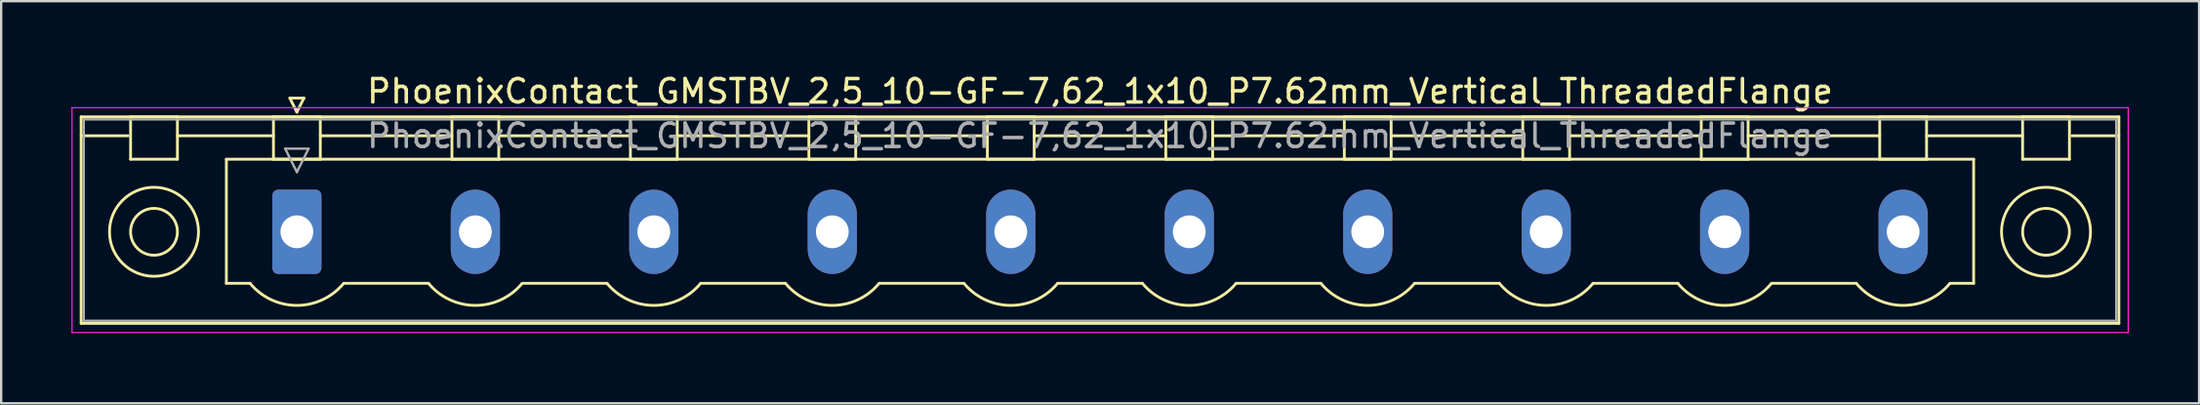
<source format=kicad_pcb>
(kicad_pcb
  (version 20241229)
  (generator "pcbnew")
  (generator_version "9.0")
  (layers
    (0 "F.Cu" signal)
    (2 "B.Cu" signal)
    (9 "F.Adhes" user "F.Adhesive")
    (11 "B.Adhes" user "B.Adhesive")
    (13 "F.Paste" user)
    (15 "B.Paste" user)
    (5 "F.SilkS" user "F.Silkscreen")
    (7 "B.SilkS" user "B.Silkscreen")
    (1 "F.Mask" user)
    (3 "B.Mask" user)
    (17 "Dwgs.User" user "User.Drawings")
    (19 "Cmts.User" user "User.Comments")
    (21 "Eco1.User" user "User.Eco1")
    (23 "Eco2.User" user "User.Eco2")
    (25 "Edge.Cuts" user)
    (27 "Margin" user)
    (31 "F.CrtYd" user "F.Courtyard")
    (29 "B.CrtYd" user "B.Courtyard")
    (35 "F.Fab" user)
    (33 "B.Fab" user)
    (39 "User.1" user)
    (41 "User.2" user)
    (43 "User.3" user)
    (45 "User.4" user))
  (footprint "PhoenixContact_GMSTBV_2,5_10-GF-7,62_1x10_P7.62mm_Vertical_ThreadedFlange"
    (layer "F.Cu")
    (at 9.625 6.848)
    (property "Reference" "PhoenixContact_GMSTBV_2,5_10-GF-7,62_1x10_P7.62mm_Vertical_ThreadedFlange" (at 34.29 -6 0) (layer "F.SilkS") (effects (font (size 1 1) (thickness 0.15))))
    (attr through_hole)
    (fp_line (start -9.21 -4.91) (end -9.21 3.91) (stroke (width 0.12) (type solid)) (layer "F.SilkS"))
    (fp_line (start -9.21 -4.1) (end -7.21 -4.1) (stroke (width 0.12) (type solid)) (layer "F.SilkS"))
    (fp_line (start -9.21 3.91) (end 77.79 3.91) (stroke (width 0.12) (type solid)) (layer "F.SilkS"))
    (fp_line (start -7.1 -4.91) (end -5.1 -4.91) (stroke (width 0.12) (type solid)) (layer "F.SilkS"))
    (fp_line (start -7.1 -3.1) (end -7.1 -4.91) (stroke (width 0.12) (type solid)) (layer "F.SilkS"))
    (fp_line (start -5.1 -4.91) (end -5.1 -3.1) (stroke (width 0.12) (type solid)) (layer "F.SilkS"))
    (fp_line (start -5.1 -4.1) (end -1 -4.1) (stroke (width 0.12) (type solid)) (layer "F.SilkS"))
    (fp_line (start -5.1 -3.1) (end -7.1 -3.1) (stroke (width 0.12) (type solid)) (layer "F.SilkS"))
    (fp_line (start -3.01 -3.1) (end 71.59 -3.1) (stroke (width 0.12) (type solid)) (layer "F.SilkS"))
    (fp_line (start -3.01 2.2) (end -3.01 -3.1) (stroke (width 0.12) (type solid)) (layer "F.SilkS"))
    (fp_line (start -2 2.2) (end -3.01 2.2) (stroke (width 0.12) (type solid)) (layer "F.SilkS"))
    (fp_line (start -1 -4.91) (end 1 -4.91) (stroke (width 0.12) (type solid)) (layer "F.SilkS"))
    (fp_line (start -1 -3.1) (end -1 -4.91) (stroke (width 0.12) (type solid)) (layer "F.SilkS"))
    (fp_line (start -0.3 -5.71) (end 0.3 -5.71) (stroke (width 0.12) (type solid)) (layer "F.SilkS"))
    (fp_line (start 0 -5.11) (end -0.3 -5.71) (stroke (width 0.12) (type solid)) (layer "F.SilkS"))
    (fp_line (start 0.3 -5.71) (end 0 -5.11) (stroke (width 0.12) (type solid)) (layer "F.SilkS"))
    (fp_line (start 1 -4.91) (end 1 -3.1) (stroke (width 0.12) (type solid)) (layer "F.SilkS"))
    (fp_line (start 1 -4.1) (end 6.62 -4.1) (stroke (width 0.12) (type solid)) (layer "F.SilkS"))
    (fp_line (start 1 -3.1) (end -1 -3.1) (stroke (width 0.12) (type solid)) (layer "F.SilkS"))
    (fp_line (start 2 2.2) (end 5.62 2.2) (stroke (width 0.12) (type solid)) (layer "F.SilkS"))
    (fp_line (start 6.62 -4.91) (end 8.62 -4.91) (stroke (width 0.12) (type solid)) (layer "F.SilkS"))
    (fp_line (start 6.62 -3.1) (end 6.62 -4.91) (stroke (width 0.12) (type solid)) (layer "F.SilkS"))
    (fp_line (start 8.62 -4.91) (end 8.62 -3.1) (stroke (width 0.12) (type solid)) (layer "F.SilkS"))
    (fp_line (start 8.62 -4.1) (end 14.24 -4.1) (stroke (width 0.12) (type solid)) (layer "F.SilkS"))
    (fp_line (start 8.62 -3.1) (end 6.62 -3.1) (stroke (width 0.12) (type solid)) (layer "F.SilkS"))
    (fp_line (start 9.62 2.2) (end 13.24 2.2) (stroke (width 0.12) (type solid)) (layer "F.SilkS"))
    (fp_line (start 14.24 -4.91) (end 16.24 -4.91) (stroke (width 0.12) (type solid)) (layer "F.SilkS"))
    (fp_line (start 14.24 -3.1) (end 14.24 -4.91) (stroke (width 0.12) (type solid)) (layer "F.SilkS"))
    (fp_line (start 16.24 -4.91) (end 16.24 -3.1) (stroke (width 0.12) (type solid)) (layer "F.SilkS"))
    (fp_line (start 16.24 -4.1) (end 21.86 -4.1) (stroke (width 0.12) (type solid)) (layer "F.SilkS"))
    (fp_line (start 16.24 -3.1) (end 14.24 -3.1) (stroke (width 0.12) (type solid)) (layer "F.SilkS"))
    (fp_line (start 17.24 2.2) (end 20.86 2.2) (stroke (width 0.12) (type solid)) (layer "F.SilkS"))
    (fp_line (start 21.86 -4.91) (end 23.86 -4.91) (stroke (width 0.12) (type solid)) (layer "F.SilkS"))
    (fp_line (start 21.86 -3.1) (end 21.86 -4.91) (stroke (width 0.12) (type solid)) (layer "F.SilkS"))
    (fp_line (start 23.86 -4.91) (end 23.86 -3.1) (stroke (width 0.12) (type solid)) (layer "F.SilkS"))
    (fp_line (start 23.86 -4.1) (end 29.48 -4.1) (stroke (width 0.12) (type solid)) (layer "F.SilkS"))
    (fp_line (start 23.86 -3.1) (end 21.86 -3.1) (stroke (width 0.12) (type solid)) (layer "F.SilkS"))
    (fp_line (start 24.86 2.2) (end 28.48 2.2) (stroke (width 0.12) (type solid)) (layer "F.SilkS"))
    (fp_line (start 29.48 -4.91) (end 31.48 -4.91) (stroke (width 0.12) (type solid)) (layer "F.SilkS"))
    (fp_line (start 29.48 -3.1) (end 29.48 -4.91) (stroke (width 0.12) (type solid)) (layer "F.SilkS"))
    (fp_line (start 31.48 -4.91) (end 31.48 -3.1) (stroke (width 0.12) (type solid)) (layer "F.SilkS"))
    (fp_line (start 31.48 -4.1) (end 37.1 -4.1) (stroke (width 0.12) (type solid)) (layer "F.SilkS"))
    (fp_line (start 31.48 -3.1) (end 29.48 -3.1) (stroke (width 0.12) (type solid)) (layer "F.SilkS"))
    (fp_line (start 32.48 2.2) (end 36.1 2.2) (stroke (width 0.12) (type solid)) (layer "F.SilkS"))
    (fp_line (start 37.1 -4.91) (end 39.1 -4.91) (stroke (width 0.12) (type solid)) (layer "F.SilkS"))
    (fp_line (start 37.1 -3.1) (end 37.1 -4.91) (stroke (width 0.12) (type solid)) (layer "F.SilkS"))
    (fp_line (start 39.1 -4.91) (end 39.1 -3.1) (stroke (width 0.12) (type solid)) (layer "F.SilkS"))
    (fp_line (start 39.1 -4.1) (end 44.72 -4.1) (stroke (width 0.12) (type solid)) (layer "F.SilkS"))
    (fp_line (start 39.1 -3.1) (end 37.1 -3.1) (stroke (width 0.12) (type solid)) (layer "F.SilkS"))
    (fp_line (start 40.1 2.2) (end 43.72 2.2) (stroke (width 0.12) (type solid)) (layer "F.SilkS"))
    (fp_line (start 44.72 -4.91) (end 46.72 -4.91) (stroke (width 0.12) (type solid)) (layer "F.SilkS"))
    (fp_line (start 44.72 -3.1) (end 44.72 -4.91) (stroke (width 0.12) (type solid)) (layer "F.SilkS"))
    (fp_line (start 46.72 -4.91) (end 46.72 -3.1) (stroke (width 0.12) (type solid)) (layer "F.SilkS"))
    (fp_line (start 46.72 -4.1) (end 52.34 -4.1) (stroke (width 0.12) (type solid)) (layer "F.SilkS"))
    (fp_line (start 46.72 -3.1) (end 44.72 -3.1) (stroke (width 0.12) (type solid)) (layer "F.SilkS"))
    (fp_line (start 47.72 2.2) (end 51.34 2.2) (stroke (width 0.12) (type solid)) (layer "F.SilkS"))
    (fp_line (start 52.34 -4.91) (end 54.34 -4.91) (stroke (width 0.12) (type solid)) (layer "F.SilkS"))
    (fp_line (start 52.34 -3.1) (end 52.34 -4.91) (stroke (width 0.12) (type solid)) (layer "F.SilkS"))
    (fp_line (start 54.34 -4.91) (end 54.34 -3.1) (stroke (width 0.12) (type solid)) (layer "F.SilkS"))
    (fp_line (start 54.34 -4.1) (end 59.96 -4.1) (stroke (width 0.12) (type solid)) (layer "F.SilkS"))
    (fp_line (start 54.34 -3.1) (end 52.34 -3.1) (stroke (width 0.12) (type solid)) (layer "F.SilkS"))
    (fp_line (start 55.34 2.2) (end 58.96 2.2) (stroke (width 0.12) (type solid)) (layer "F.SilkS"))
    (fp_line (start 59.96 -4.91) (end 61.96 -4.91) (stroke (width 0.12) (type solid)) (layer "F.SilkS"))
    (fp_line (start 59.96 -3.1) (end 59.96 -4.91) (stroke (width 0.12) (type solid)) (layer "F.SilkS"))
    (fp_line (start 61.96 -4.91) (end 61.96 -3.1) (stroke (width 0.12) (type solid)) (layer "F.SilkS"))
    (fp_line (start 61.96 -4.1) (end 67.58 -4.1) (stroke (width 0.12) (type solid)) (layer "F.SilkS"))
    (fp_line (start 61.96 -3.1) (end 59.96 -3.1) (stroke (width 0.12) (type solid)) (layer "F.SilkS"))
    (fp_line (start 62.96 2.2) (end 66.58 2.2) (stroke (width 0.12) (type solid)) (layer "F.SilkS"))
    (fp_line (start 67.58 -4.91) (end 69.58 -4.91) (stroke (width 0.12) (type solid)) (layer "F.SilkS"))
    (fp_line (start 67.58 -3.1) (end 67.58 -4.91) (stroke (width 0.12) (type solid)) (layer "F.SilkS"))
    (fp_line (start 69.58 -4.91) (end 69.58 -3.1) (stroke (width 0.12) (type solid)) (layer "F.SilkS"))
    (fp_line (start 69.58 -4.1) (end 73.68 -4.1) (stroke (width 0.12) (type solid)) (layer "F.SilkS"))
    (fp_line (start 69.58 -3.1) (end 67.58 -3.1) (stroke (width 0.12) (type solid)) (layer "F.SilkS"))
    (fp_line (start 71.59 -3.1) (end 71.59 2.2) (stroke (width 0.12) (type solid)) (layer "F.SilkS"))
    (fp_line (start 71.59 2.2) (end 70.58 2.2) (stroke (width 0.12) (type solid)) (layer "F.SilkS"))
    (fp_line (start 73.68 -4.91) (end 75.68 -4.91) (stroke (width 0.12) (type solid)) (layer "F.SilkS"))
    (fp_line (start 73.68 -3.1) (end 73.68 -4.91) (stroke (width 0.12) (type solid)) (layer "F.SilkS"))
    (fp_line (start 75.68 -4.91) (end 75.68 -3.1) (stroke (width 0.12) (type solid)) (layer "F.SilkS"))
    (fp_line (start 75.68 -3.1) (end 73.68 -3.1) (stroke (width 0.12) (type solid)) (layer "F.SilkS"))
    (fp_line (start 77.79 -4.91) (end -9.21 -4.91) (stroke (width 0.12) (type solid)) (layer "F.SilkS"))
    (fp_line (start 77.79 -4.1) (end 75.79 -4.1) (stroke (width 0.12) (type solid)) (layer "F.SilkS"))
    (fp_line (start 77.79 3.91) (end 77.79 -4.91) (stroke (width 0.12) (type solid)) (layer "F.SilkS"))
    (fp_arc (start 1.986842 2.215821) (mid -0.010289 3.142758) (end -2 2.2) (stroke (width 0.12) (type solid)) (layer "F.SilkS"))
    (fp_arc (start 9.606842 2.215821) (mid 7.609711 3.142758) (end 5.62 2.2) (stroke (width 0.12) (type solid)) (layer "F.SilkS"))
    (fp_arc (start 17.226842 2.215821) (mid 15.229711 3.142758) (end 13.24 2.2) (stroke (width 0.12) (type solid)) (layer "F.SilkS"))
    (fp_arc (start 24.846842 2.215821) (mid 22.849711 3.142758) (end 20.86 2.2) (stroke (width 0.12) (type solid)) (layer "F.SilkS"))
    (fp_arc (start 32.466842 2.215821) (mid 30.469711 3.142758) (end 28.48 2.2) (stroke (width 0.12) (type solid)) (layer "F.SilkS"))
    (fp_arc (start 40.086842 2.215821) (mid 38.089711 3.142758) (end 36.1 2.2) (stroke (width 0.12) (type solid)) (layer "F.SilkS"))
    (fp_arc (start 47.706842 2.215821) (mid 45.709711 3.142758) (end 43.72 2.2) (stroke (width 0.12) (type solid)) (layer "F.SilkS"))
    (fp_arc (start 55.326842 2.215821) (mid 53.329711 3.142758) (end 51.34 2.2) (stroke (width 0.12) (type solid)) (layer "F.SilkS"))
    (fp_arc (start 62.946842 2.215821) (mid 60.949711 3.142758) (end 58.96 2.2) (stroke (width 0.12) (type solid)) (layer "F.SilkS"))
    (fp_arc (start 70.566842 2.215821) (mid 68.569711 3.142758) (end 66.58 2.2) (stroke (width 0.12) (type solid)) (layer "F.SilkS"))
    (fp_circle (center -6.1 0) (end -5.1 0) (stroke (width 0.12) (type solid)) (fill no) (layer "F.SilkS"))
    (fp_circle (center -6.1 0) (end -4.2 0) (stroke (width 0.12) (type solid)) (fill no) (layer "F.SilkS"))
    (fp_circle (center 74.68 0) (end 75.68 0) (stroke (width 0.12) (type solid)) (fill no) (layer "F.SilkS"))
    (fp_circle (center 74.68 0) (end 76.58 0) (stroke (width 0.12) (type solid)) (fill no) (layer "F.SilkS"))
    (fp_line (start -9.6 -5.3) (end -9.6 4.3) (stroke (width 0.05) (type solid)) (layer "F.CrtYd"))
    (fp_line (start -9.6 4.3) (end 78.19 4.3) (stroke (width 0.05) (type solid)) (layer "F.CrtYd"))
    (fp_line (start 78.19 -5.3) (end -9.6 -5.3) (stroke (width 0.05) (type solid)) (layer "F.CrtYd"))
    (fp_line (start 78.19 4.3) (end 78.19 -5.3) (stroke (width 0.05) (type solid)) (layer "F.CrtYd"))
    (fp_line (start -9.1 -4.8) (end -9.1 3.8) (stroke (width 0.1) (type solid)) (layer "F.Fab"))
    (fp_line (start -9.1 3.8) (end 77.68 3.8) (stroke (width 0.1) (type solid)) (layer "F.Fab"))
    (fp_line (start -0.5 -3.55) (end 0.5 -3.55) (stroke (width 0.1) (type solid)) (layer "F.Fab"))
    (fp_line (start 0 -2.55) (end -0.5 -3.55) (stroke (width 0.1) (type solid)) (layer "F.Fab"))
    (fp_line (start 0.5 -3.55) (end 0 -2.55) (stroke (width 0.1) (type solid)) (layer "F.Fab"))
    (fp_line (start 77.68 -4.8) (end -9.1 -4.8) (stroke (width 0.1) (type solid)) (layer "F.Fab"))
    (fp_line (start 77.68 3.8) (end 77.68 -4.8) (stroke (width 0.1) (type solid)) (layer "F.Fab"))
    (fp_text user "${REFERENCE}" (at 34.29 -4.1 0) (layer "F.Fab") (effects (font (size 1 1) (thickness 0.15))))
    (pad "1" thru_hole roundrect (at 0 0) (size 2.1 3.6) (drill 1.4) (layers "*.Cu" "*.Mask") (roundrect_rratio 0.119))
    (pad "2" thru_hole oval (at 7.62 0) (size 2.1 3.6) (drill 1.4) (layers "*.Cu" "*.Mask"))
    (pad "3" thru_hole oval (at 15.24 0) (size 2.1 3.6) (drill 1.4) (layers "*.Cu" "*.Mask"))
    (pad "4" thru_hole oval (at 22.86 0) (size 2.1 3.6) (drill 1.4) (layers "*.Cu" "*.Mask"))
    (pad "5" thru_hole oval (at 30.48 0) (size 2.1 3.6) (drill 1.4) (layers "*.Cu" "*.Mask"))
    (pad "6" thru_hole oval (at 38.1 0) (size 2.1 3.6) (drill 1.4) (layers "*.Cu" "*.Mask"))
    (pad "7" thru_hole oval (at 45.72 0) (size 2.1 3.6) (drill 1.4) (layers "*.Cu" "*.Mask"))
    (pad "8" thru_hole oval (at 53.34 0) (size 2.1 3.6) (drill 1.4) (layers "*.Cu" "*.Mask"))
    (pad "9" thru_hole oval (at 60.96 0) (size 2.1 3.6) (drill 1.4) (layers "*.Cu" "*.Mask"))
    (pad "10" thru_hole oval (at 68.58 0) (size 2.1 3.6) (drill 1.4) (layers "*.Cu" "*.Mask")))
  (gr_rect
    (start -3 -3)
    (end 90.84 14.173)
    (stroke (width 0.1) (type default))
    (fill no)
    (layer "Edge.Cuts")))
</source>
